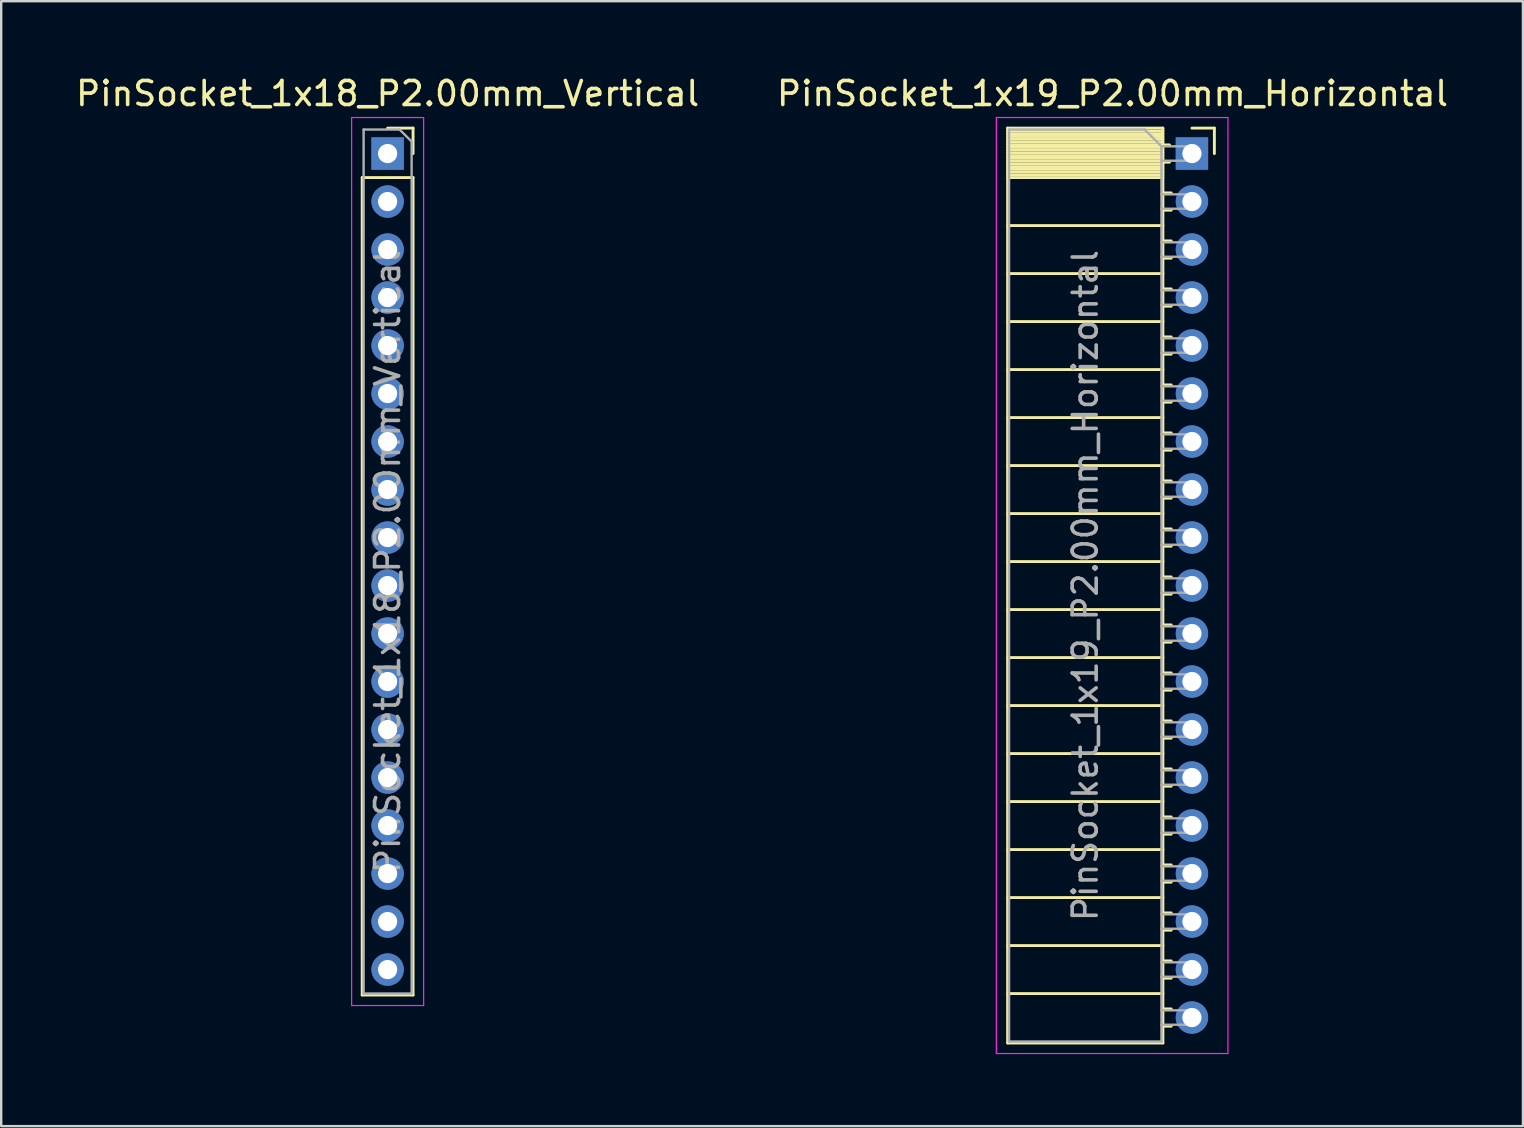
<source format=kicad_pcb>
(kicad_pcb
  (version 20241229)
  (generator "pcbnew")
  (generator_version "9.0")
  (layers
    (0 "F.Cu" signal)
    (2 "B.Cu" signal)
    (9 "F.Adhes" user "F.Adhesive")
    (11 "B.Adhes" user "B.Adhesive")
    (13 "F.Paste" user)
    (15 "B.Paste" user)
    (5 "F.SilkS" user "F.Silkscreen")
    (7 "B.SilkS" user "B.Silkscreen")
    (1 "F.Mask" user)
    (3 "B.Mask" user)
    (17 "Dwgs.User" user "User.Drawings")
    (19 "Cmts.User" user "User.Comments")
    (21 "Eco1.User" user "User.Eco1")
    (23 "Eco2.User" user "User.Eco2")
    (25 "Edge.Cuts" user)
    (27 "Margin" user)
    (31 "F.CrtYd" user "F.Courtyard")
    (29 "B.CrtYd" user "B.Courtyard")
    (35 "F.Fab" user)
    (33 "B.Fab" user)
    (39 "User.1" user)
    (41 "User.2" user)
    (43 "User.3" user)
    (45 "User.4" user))
  (footprint "PinSocket_1x18_P2.00mm_Vertical"
    (layer "F.Cu")
    (at 13.101 3.348)
    (property "Reference" "PinSocket_1x18_P2.00mm_Vertical" (at 0 -2.5 0) (layer "F.SilkS") (effects (font (size 1 1) (thickness 0.15))))
    (attr through_hole)
    (fp_line (start -1.06 1) (end -1.06 35.06) (stroke (width 0.12) (type solid)) (layer "F.SilkS"))
    (fp_line (start -1.06 1) (end 1.06 1) (stroke (width 0.12) (type solid)) (layer "F.SilkS"))
    (fp_line (start -1.06 35.06) (end 1.06 35.06) (stroke (width 0.12) (type solid)) (layer "F.SilkS"))
    (fp_line (start 0 -1.06) (end 1.06 -1.06) (stroke (width 0.12) (type solid)) (layer "F.SilkS"))
    (fp_line (start 1.06 -1.06) (end 1.06 0) (stroke (width 0.12) (type solid)) (layer "F.SilkS"))
    (fp_line (start 1.06 1) (end 1.06 35.06) (stroke (width 0.12) (type solid)) (layer "F.SilkS"))
    (fp_line (start -1.5 -1.5) (end 1.5 -1.5) (stroke (width 0.05) (type solid)) (layer "F.CrtYd"))
    (fp_line (start -1.5 35.5) (end -1.5 -1.5) (stroke (width 0.05) (type solid)) (layer "F.CrtYd"))
    (fp_line (start 1.5 -1.5) (end 1.5 35.5) (stroke (width 0.05) (type solid)) (layer "F.CrtYd"))
    (fp_line (start 1.5 35.5) (end -1.5 35.5) (stroke (width 0.05) (type solid)) (layer "F.CrtYd"))
    (fp_line (start -1 -1) (end 0.5 -1) (stroke (width 0.1) (type solid)) (layer "F.Fab"))
    (fp_line (start -1 35) (end -1 -1) (stroke (width 0.1) (type solid)) (layer "F.Fab"))
    (fp_line (start 0.5 -1) (end 1 -0.5) (stroke (width 0.1) (type solid)) (layer "F.Fab"))
    (fp_line (start 1 -0.5) (end 1 35) (stroke (width 0.1) (type solid)) (layer "F.Fab"))
    (fp_line (start 1 35) (end -1 35) (stroke (width 0.1) (type solid)) (layer "F.Fab"))
    (fp_text user "${REFERENCE}" (at 0 17 90) (layer "F.Fab") (effects (font (size 1 1) (thickness 0.15))))
    (pad "1" thru_hole rect (at 0 0) (size 1.35 1.35) (drill 0.8) (layers "*.Cu" "*.Mask"))
    (pad "2" thru_hole oval (at 0 2) (size 1.35 1.35) (drill 0.8) (layers "*.Cu" "*.Mask"))
    (pad "3" thru_hole oval (at 0 4) (size 1.35 1.35) (drill 0.8) (layers "*.Cu" "*.Mask"))
    (pad "4" thru_hole oval (at 0 6) (size 1.35 1.35) (drill 0.8) (layers "*.Cu" "*.Mask"))
    (pad "5" thru_hole oval (at 0 8) (size 1.35 1.35) (drill 0.8) (layers "*.Cu" "*.Mask"))
    (pad "6" thru_hole oval (at 0 10) (size 1.35 1.35) (drill 0.8) (layers "*.Cu" "*.Mask"))
    (pad "7" thru_hole oval (at 0 12) (size 1.35 1.35) (drill 0.8) (layers "*.Cu" "*.Mask"))
    (pad "8" thru_hole oval (at 0 14) (size 1.35 1.35) (drill 0.8) (layers "*.Cu" "*.Mask"))
    (pad "9" thru_hole oval (at 0 16) (size 1.35 1.35) (drill 0.8) (layers "*.Cu" "*.Mask"))
    (pad "10" thru_hole oval (at 0 18) (size 1.35 1.35) (drill 0.8) (layers "*.Cu" "*.Mask"))
    (pad "11" thru_hole oval (at 0 20) (size 1.35 1.35) (drill 0.8) (layers "*.Cu" "*.Mask"))
    (pad "12" thru_hole oval (at 0 22) (size 1.35 1.35) (drill 0.8) (layers "*.Cu" "*.Mask"))
    (pad "13" thru_hole oval (at 0 24) (size 1.35 1.35) (drill 0.8) (layers "*.Cu" "*.Mask"))
    (pad "14" thru_hole oval (at 0 26) (size 1.35 1.35) (drill 0.8) (layers "*.Cu" "*.Mask"))
    (pad "15" thru_hole oval (at 0 28) (size 1.35 1.35) (drill 0.8) (layers "*.Cu" "*.Mask"))
    (pad "16" thru_hole oval (at 0 30) (size 1.35 1.35) (drill 0.8) (layers "*.Cu" "*.Mask"))
    (pad "17" thru_hole oval (at 0 32) (size 1.35 1.35) (drill 0.8) (layers "*.Cu" "*.Mask"))
    (pad "18" thru_hole oval (at 0 34) (size 1.35 1.35) (drill 0.8) (layers "*.Cu" "*.Mask")))
  (footprint "PinSocket_1x19_P2.00mm_Horizontal"
    (layer "F.Cu")
    (at 46.614 3.348)
    (property "Reference" "PinSocket_1x19_P2.00mm_Horizontal" (at -3.31 -2.5 0) (layer "F.SilkS") (effects (font (size 1 1) (thickness 0.15))))
    (attr through_hole)
    (fp_line (start -7.68 -1.06) (end -7.68 37.06) (stroke (width 0.12) (type solid)) (layer "F.SilkS"))
    (fp_line (start -7.68 -1.06) (end -1.21 -1.06) (stroke (width 0.12) (type solid)) (layer "F.SilkS"))
    (fp_line (start -7.68 -0.94) (end -1.21 -0.94) (stroke (width 0.12) (type solid)) (layer "F.SilkS"))
    (fp_line (start -7.68 -0.826) (end -1.21 -0.826) (stroke (width 0.12) (type solid)) (layer "F.SilkS"))
    (fp_line (start -7.68 -0.712) (end -1.21 -0.712) (stroke (width 0.12) (type solid)) (layer "F.SilkS"))
    (fp_line (start -7.68 -0.598) (end -1.21 -0.598) (stroke (width 0.12) (type solid)) (layer "F.SilkS"))
    (fp_line (start -7.68 -0.484) (end -1.21 -0.484) (stroke (width 0.12) (type solid)) (layer "F.SilkS"))
    (fp_line (start -7.68 -0.369) (end -1.21 -0.369) (stroke (width 0.12) (type solid)) (layer "F.SilkS"))
    (fp_line (start -7.68 -0.255) (end -1.21 -0.255) (stroke (width 0.12) (type solid)) (layer "F.SilkS"))
    (fp_line (start -7.68 -0.141) (end -1.21 -0.141) (stroke (width 0.12) (type solid)) (layer "F.SilkS"))
    (fp_line (start -7.68 -0.027) (end -1.21 -0.027) (stroke (width 0.12) (type solid)) (layer "F.SilkS"))
    (fp_line (start -7.68 0.087) (end -1.21 0.087) (stroke (width 0.12) (type solid)) (layer "F.SilkS"))
    (fp_line (start -7.68 0.201) (end -1.21 0.201) (stroke (width 0.12) (type solid)) (layer "F.SilkS"))
    (fp_line (start -7.68 0.315) (end -1.21 0.315) (stroke (width 0.12) (type solid)) (layer "F.SilkS"))
    (fp_line (start -7.68 0.429) (end -1.21 0.429) (stroke (width 0.12) (type solid)) (layer "F.SilkS"))
    (fp_line (start -7.68 0.544) (end -1.21 0.544) (stroke (width 0.12) (type solid)) (layer "F.SilkS"))
    (fp_line (start -7.68 0.658) (end -1.21 0.658) (stroke (width 0.12) (type solid)) (layer "F.SilkS"))
    (fp_line (start -7.68 0.772) (end -1.21 0.772) (stroke (width 0.12) (type solid)) (layer "F.SilkS"))
    (fp_line (start -7.68 0.886) (end -1.21 0.886) (stroke (width 0.12) (type solid)) (layer "F.SilkS"))
    (fp_line (start -7.68 1) (end -1.21 1) (stroke (width 0.12) (type solid)) (layer "F.SilkS"))
    (fp_line (start -7.68 3) (end -1.21 3) (stroke (width 0.12) (type solid)) (layer "F.SilkS"))
    (fp_line (start -7.68 5) (end -1.21 5) (stroke (width 0.12) (type solid)) (layer "F.SilkS"))
    (fp_line (start -7.68 7) (end -1.21 7) (stroke (width 0.12) (type solid)) (layer "F.SilkS"))
    (fp_line (start -7.68 9) (end -1.21 9) (stroke (width 0.12) (type solid)) (layer "F.SilkS"))
    (fp_line (start -7.68 11) (end -1.21 11) (stroke (width 0.12) (type solid)) (layer "F.SilkS"))
    (fp_line (start -7.68 13) (end -1.21 13) (stroke (width 0.12) (type solid)) (layer "F.SilkS"))
    (fp_line (start -7.68 15) (end -1.21 15) (stroke (width 0.12) (type solid)) (layer "F.SilkS"))
    (fp_line (start -7.68 17) (end -1.21 17) (stroke (width 0.12) (type solid)) (layer "F.SilkS"))
    (fp_line (start -7.68 19) (end -1.21 19) (stroke (width 0.12) (type solid)) (layer "F.SilkS"))
    (fp_line (start -7.68 21) (end -1.21 21) (stroke (width 0.12) (type solid)) (layer "F.SilkS"))
    (fp_line (start -7.68 23) (end -1.21 23) (stroke (width 0.12) (type solid)) (layer "F.SilkS"))
    (fp_line (start -7.68 25) (end -1.21 25) (stroke (width 0.12) (type solid)) (layer "F.SilkS"))
    (fp_line (start -7.68 27) (end -1.21 27) (stroke (width 0.12) (type solid)) (layer "F.SilkS"))
    (fp_line (start -7.68 29) (end -1.21 29) (stroke (width 0.12) (type solid)) (layer "F.SilkS"))
    (fp_line (start -7.68 31) (end -1.21 31) (stroke (width 0.12) (type solid)) (layer "F.SilkS"))
    (fp_line (start -7.68 33) (end -1.21 33) (stroke (width 0.12) (type solid)) (layer "F.SilkS"))
    (fp_line (start -7.68 35) (end -1.21 35) (stroke (width 0.12) (type solid)) (layer "F.SilkS"))
    (fp_line (start -7.68 37.06) (end -1.21 37.06) (stroke (width 0.12) (type solid)) (layer "F.SilkS"))
    (fp_line (start -1.21 -1.06) (end -1.21 37.06) (stroke (width 0.12) (type solid)) (layer "F.SilkS"))
    (fp_line (start -1.21 -0.36) (end -0.935 -0.36) (stroke (width 0.12) (type solid)) (layer "F.SilkS"))
    (fp_line (start -1.21 0.36) (end -0.935 0.36) (stroke (width 0.12) (type solid)) (layer "F.SilkS"))
    (fp_line (start -1.21 1.64) (end -0.863 1.64) (stroke (width 0.12) (type solid)) (layer "F.SilkS"))
    (fp_line (start -1.21 2.36) (end -0.863 2.36) (stroke (width 0.12) (type solid)) (layer "F.SilkS"))
    (fp_line (start -1.21 3.64) (end -0.863 3.64) (stroke (width 0.12) (type solid)) (layer "F.SilkS"))
    (fp_line (start -1.21 4.36) (end -0.863 4.36) (stroke (width 0.12) (type solid)) (layer "F.SilkS"))
    (fp_line (start -1.21 5.64) (end -0.863 5.64) (stroke (width 0.12) (type solid)) (layer "F.SilkS"))
    (fp_line (start -1.21 6.36) (end -0.863 6.36) (stroke (width 0.12) (type solid)) (layer "F.SilkS"))
    (fp_line (start -1.21 7.64) (end -0.863 7.64) (stroke (width 0.12) (type solid)) (layer "F.SilkS"))
    (fp_line (start -1.21 8.36) (end -0.863 8.36) (stroke (width 0.12) (type solid)) (layer "F.SilkS"))
    (fp_line (start -1.21 9.64) (end -0.863 9.64) (stroke (width 0.12) (type solid)) (layer "F.SilkS"))
    (fp_line (start -1.21 10.36) (end -0.863 10.36) (stroke (width 0.12) (type solid)) (layer "F.SilkS"))
    (fp_line (start -1.21 11.64) (end -0.863 11.64) (stroke (width 0.12) (type solid)) (layer "F.SilkS"))
    (fp_line (start -1.21 12.36) (end -0.863 12.36) (stroke (width 0.12) (type solid)) (layer "F.SilkS"))
    (fp_line (start -1.21 13.64) (end -0.863 13.64) (stroke (width 0.12) (type solid)) (layer "F.SilkS"))
    (fp_line (start -1.21 14.36) (end -0.863 14.36) (stroke (width 0.12) (type solid)) (layer "F.SilkS"))
    (fp_line (start -1.21 15.64) (end -0.863 15.64) (stroke (width 0.12) (type solid)) (layer "F.SilkS"))
    (fp_line (start -1.21 16.36) (end -0.863 16.36) (stroke (width 0.12) (type solid)) (layer "F.SilkS"))
    (fp_line (start -1.21 17.64) (end -0.863 17.64) (stroke (width 0.12) (type solid)) (layer "F.SilkS"))
    (fp_line (start -1.21 18.36) (end -0.863 18.36) (stroke (width 0.12) (type solid)) (layer "F.SilkS"))
    (fp_line (start -1.21 19.64) (end -0.863 19.64) (stroke (width 0.12) (type solid)) (layer "F.SilkS"))
    (fp_line (start -1.21 20.36) (end -0.863 20.36) (stroke (width 0.12) (type solid)) (layer "F.SilkS"))
    (fp_line (start -1.21 21.64) (end -0.863 21.64) (stroke (width 0.12) (type solid)) (layer "F.SilkS"))
    (fp_line (start -1.21 22.36) (end -0.863 22.36) (stroke (width 0.12) (type solid)) (layer "F.SilkS"))
    (fp_line (start -1.21 23.64) (end -0.863 23.64) (stroke (width 0.12) (type solid)) (layer "F.SilkS"))
    (fp_line (start -1.21 24.36) (end -0.863 24.36) (stroke (width 0.12) (type solid)) (layer "F.SilkS"))
    (fp_line (start -1.21 25.64) (end -0.863 25.64) (stroke (width 0.12) (type solid)) (layer "F.SilkS"))
    (fp_line (start -1.21 26.36) (end -0.863 26.36) (stroke (width 0.12) (type solid)) (layer "F.SilkS"))
    (fp_line (start -1.21 27.64) (end -0.863 27.64) (stroke (width 0.12) (type solid)) (layer "F.SilkS"))
    (fp_line (start -1.21 28.36) (end -0.863 28.36) (stroke (width 0.12) (type solid)) (layer "F.SilkS"))
    (fp_line (start -1.21 29.64) (end -0.863 29.64) (stroke (width 0.12) (type solid)) (layer "F.SilkS"))
    (fp_line (start -1.21 30.36) (end -0.863 30.36) (stroke (width 0.12) (type solid)) (layer "F.SilkS"))
    (fp_line (start -1.21 31.64) (end -0.863 31.64) (stroke (width 0.12) (type solid)) (layer "F.SilkS"))
    (fp_line (start -1.21 32.36) (end -0.863 32.36) (stroke (width 0.12) (type solid)) (layer "F.SilkS"))
    (fp_line (start -1.21 33.64) (end -0.863 33.64) (stroke (width 0.12) (type solid)) (layer "F.SilkS"))
    (fp_line (start -1.21 34.36) (end -0.863 34.36) (stroke (width 0.12) (type solid)) (layer "F.SilkS"))
    (fp_line (start -1.21 35.64) (end -0.863 35.64) (stroke (width 0.12) (type solid)) (layer "F.SilkS"))
    (fp_line (start -1.21 36.36) (end -0.863 36.36) (stroke (width 0.12) (type solid)) (layer "F.SilkS"))
    (fp_line (start 0 -1.06) (end 0.935 -1.06) (stroke (width 0.12) (type solid)) (layer "F.SilkS"))
    (fp_line (start 0.935 -1.06) (end 0.935 0) (stroke (width 0.12) (type solid)) (layer "F.SilkS"))
    (fp_line (start -8.15 -1.5) (end -8.15 37.5) (stroke (width 0.05) (type solid)) (layer "F.CrtYd"))
    (fp_line (start -8.15 37.5) (end 1.5 37.5) (stroke (width 0.05) (type solid)) (layer "F.CrtYd"))
    (fp_line (start 1.5 -1.5) (end -8.15 -1.5) (stroke (width 0.05) (type solid)) (layer "F.CrtYd"))
    (fp_line (start 1.5 37.5) (end 1.5 -1.5) (stroke (width 0.05) (type solid)) (layer "F.CrtYd"))
    (fp_line (start -7.62 -1) (end -1.97 -1) (stroke (width 0.1) (type solid)) (layer "F.Fab"))
    (fp_line (start -7.62 37) (end -7.62 -1) (stroke (width 0.1) (type solid)) (layer "F.Fab"))
    (fp_line (start -1.97 -1) (end -1.27 -0.3) (stroke (width 0.1) (type solid)) (layer "F.Fab"))
    (fp_line (start -1.27 -0.3) (end -1.27 37) (stroke (width 0.1) (type solid)) (layer "F.Fab"))
    (fp_line (start -1.27 0.3) (end 0 0.3) (stroke (width 0.1) (type solid)) (layer "F.Fab"))
    (fp_line (start -1.27 2.3) (end 0 2.3) (stroke (width 0.1) (type solid)) (layer "F.Fab"))
    (fp_line (start -1.27 4.3) (end 0 4.3) (stroke (width 0.1) (type solid)) (layer "F.Fab"))
    (fp_line (start -1.27 6.3) (end 0 6.3) (stroke (width 0.1) (type solid)) (layer "F.Fab"))
    (fp_line (start -1.27 8.3) (end 0 8.3) (stroke (width 0.1) (type solid)) (layer "F.Fab"))
    (fp_line (start -1.27 10.3) (end 0 10.3) (stroke (width 0.1) (type solid)) (layer "F.Fab"))
    (fp_line (start -1.27 12.3) (end 0 12.3) (stroke (width 0.1) (type solid)) (layer "F.Fab"))
    (fp_line (start -1.27 14.3) (end 0 14.3) (stroke (width 0.1) (type solid)) (layer "F.Fab"))
    (fp_line (start -1.27 16.3) (end 0 16.3) (stroke (width 0.1) (type solid)) (layer "F.Fab"))
    (fp_line (start -1.27 18.3) (end 0 18.3) (stroke (width 0.1) (type solid)) (layer "F.Fab"))
    (fp_line (start -1.27 20.3) (end 0 20.3) (stroke (width 0.1) (type solid)) (layer "F.Fab"))
    (fp_line (start -1.27 22.3) (end 0 22.3) (stroke (width 0.1) (type solid)) (layer "F.Fab"))
    (fp_line (start -1.27 24.3) (end 0 24.3) (stroke (width 0.1) (type solid)) (layer "F.Fab"))
    (fp_line (start -1.27 26.3) (end 0 26.3) (stroke (width 0.1) (type solid)) (layer "F.Fab"))
    (fp_line (start -1.27 28.3) (end 0 28.3) (stroke (width 0.1) (type solid)) (layer "F.Fab"))
    (fp_line (start -1.27 30.3) (end 0 30.3) (stroke (width 0.1) (type solid)) (layer "F.Fab"))
    (fp_line (start -1.27 32.3) (end 0 32.3) (stroke (width 0.1) (type solid)) (layer "F.Fab"))
    (fp_line (start -1.27 34.3) (end 0 34.3) (stroke (width 0.1) (type solid)) (layer "F.Fab"))
    (fp_line (start -1.27 36.3) (end 0 36.3) (stroke (width 0.1) (type solid)) (layer "F.Fab"))
    (fp_line (start -1.27 37) (end -7.62 37) (stroke (width 0.1) (type solid)) (layer "F.Fab"))
    (fp_line (start 0 -0.3) (end -1.27 -0.3) (stroke (width 0.1) (type solid)) (layer "F.Fab"))
    (fp_line (start 0 0.3) (end 0 -0.3) (stroke (width 0.1) (type solid)) (layer "F.Fab"))
    (fp_line (start 0 1.7) (end -1.27 1.7) (stroke (width 0.1) (type solid)) (layer "F.Fab"))
    (fp_line (start 0 2.3) (end 0 1.7) (stroke (width 0.1) (type solid)) (layer "F.Fab"))
    (fp_line (start 0 3.7) (end -1.27 3.7) (stroke (width 0.1) (type solid)) (layer "F.Fab"))
    (fp_line (start 0 4.3) (end 0 3.7) (stroke (width 0.1) (type solid)) (layer "F.Fab"))
    (fp_line (start 0 5.7) (end -1.27 5.7) (stroke (width 0.1) (type solid)) (layer "F.Fab"))
    (fp_line (start 0 6.3) (end 0 5.7) (stroke (width 0.1) (type solid)) (layer "F.Fab"))
    (fp_line (start 0 7.7) (end -1.27 7.7) (stroke (width 0.1) (type solid)) (layer "F.Fab"))
    (fp_line (start 0 8.3) (end 0 7.7) (stroke (width 0.1) (type solid)) (layer "F.Fab"))
    (fp_line (start 0 9.7) (end -1.27 9.7) (stroke (width 0.1) (type solid)) (layer "F.Fab"))
    (fp_line (start 0 10.3) (end 0 9.7) (stroke (width 0.1) (type solid)) (layer "F.Fab"))
    (fp_line (start 0 11.7) (end -1.27 11.7) (stroke (width 0.1) (type solid)) (layer "F.Fab"))
    (fp_line (start 0 12.3) (end 0 11.7) (stroke (width 0.1) (type solid)) (layer "F.Fab"))
    (fp_line (start 0 13.7) (end -1.27 13.7) (stroke (width 0.1) (type solid)) (layer "F.Fab"))
    (fp_line (start 0 14.3) (end 0 13.7) (stroke (width 0.1) (type solid)) (layer "F.Fab"))
    (fp_line (start 0 15.7) (end -1.27 15.7) (stroke (width 0.1) (type solid)) (layer "F.Fab"))
    (fp_line (start 0 16.3) (end 0 15.7) (stroke (width 0.1) (type solid)) (layer "F.Fab"))
    (fp_line (start 0 17.7) (end -1.27 17.7) (stroke (width 0.1) (type solid)) (layer "F.Fab"))
    (fp_line (start 0 18.3) (end 0 17.7) (stroke (width 0.1) (type solid)) (layer "F.Fab"))
    (fp_line (start 0 19.7) (end -1.27 19.7) (stroke (width 0.1) (type solid)) (layer "F.Fab"))
    (fp_line (start 0 20.3) (end 0 19.7) (stroke (width 0.1) (type solid)) (layer "F.Fab"))
    (fp_line (start 0 21.7) (end -1.27 21.7) (stroke (width 0.1) (type solid)) (layer "F.Fab"))
    (fp_line (start 0 22.3) (end 0 21.7) (stroke (width 0.1) (type solid)) (layer "F.Fab"))
    (fp_line (start 0 23.7) (end -1.27 23.7) (stroke (width 0.1) (type solid)) (layer "F.Fab"))
    (fp_line (start 0 24.3) (end 0 23.7) (stroke (width 0.1) (type solid)) (layer "F.Fab"))
    (fp_line (start 0 25.7) (end -1.27 25.7) (stroke (width 0.1) (type solid)) (layer "F.Fab"))
    (fp_line (start 0 26.3) (end 0 25.7) (stroke (width 0.1) (type solid)) (layer "F.Fab"))
    (fp_line (start 0 27.7) (end -1.27 27.7) (stroke (width 0.1) (type solid)) (layer "F.Fab"))
    (fp_line (start 0 28.3) (end 0 27.7) (stroke (width 0.1) (type solid)) (layer "F.Fab"))
    (fp_line (start 0 29.7) (end -1.27 29.7) (stroke (width 0.1) (type solid)) (layer "F.Fab"))
    (fp_line (start 0 30.3) (end 0 29.7) (stroke (width 0.1) (type solid)) (layer "F.Fab"))
    (fp_line (start 0 31.7) (end -1.27 31.7) (stroke (width 0.1) (type solid)) (layer "F.Fab"))
    (fp_line (start 0 32.3) (end 0 31.7) (stroke (width 0.1) (type solid)) (layer "F.Fab"))
    (fp_line (start 0 33.7) (end -1.27 33.7) (stroke (width 0.1) (type solid)) (layer "F.Fab"))
    (fp_line (start 0 34.3) (end 0 33.7) (stroke (width 0.1) (type solid)) (layer "F.Fab"))
    (fp_line (start 0 35.7) (end -1.27 35.7) (stroke (width 0.1) (type solid)) (layer "F.Fab"))
    (fp_line (start 0 36.3) (end 0 35.7) (stroke (width 0.1) (type solid)) (layer "F.Fab"))
    (fp_text user "${REFERENCE}" (at -4.445 18 90) (layer "F.Fab") (effects (font (size 1 1) (thickness 0.15))))
    (pad "1" thru_hole rect (at 0 0) (size 1.35 1.35) (drill 0.8) (layers "*.Cu" "*.Mask"))
    (pad "2" thru_hole oval (at 0 2) (size 1.35 1.35) (drill 0.8) (layers "*.Cu" "*.Mask"))
    (pad "3" thru_hole oval (at 0 4) (size 1.35 1.35) (drill 0.8) (layers "*.Cu" "*.Mask"))
    (pad "4" thru_hole oval (at 0 6) (size 1.35 1.35) (drill 0.8) (layers "*.Cu" "*.Mask"))
    (pad "5" thru_hole oval (at 0 8) (size 1.35 1.35) (drill 0.8) (layers "*.Cu" "*.Mask"))
    (pad "6" thru_hole oval (at 0 10) (size 1.35 1.35) (drill 0.8) (layers "*.Cu" "*.Mask"))
    (pad "7" thru_hole oval (at 0 12) (size 1.35 1.35) (drill 0.8) (layers "*.Cu" "*.Mask"))
    (pad "8" thru_hole oval (at 0 14) (size 1.35 1.35) (drill 0.8) (layers "*.Cu" "*.Mask"))
    (pad "9" thru_hole oval (at 0 16) (size 1.35 1.35) (drill 0.8) (layers "*.Cu" "*.Mask"))
    (pad "10" thru_hole oval (at 0 18) (size 1.35 1.35) (drill 0.8) (layers "*.Cu" "*.Mask"))
    (pad "11" thru_hole oval (at 0 20) (size 1.35 1.35) (drill 0.8) (layers "*.Cu" "*.Mask"))
    (pad "12" thru_hole oval (at 0 22) (size 1.35 1.35) (drill 0.8) (layers "*.Cu" "*.Mask"))
    (pad "13" thru_hole oval (at 0 24) (size 1.35 1.35) (drill 0.8) (layers "*.Cu" "*.Mask"))
    (pad "14" thru_hole oval (at 0 26) (size 1.35 1.35) (drill 0.8) (layers "*.Cu" "*.Mask"))
    (pad "15" thru_hole oval (at 0 28) (size 1.35 1.35) (drill 0.8) (layers "*.Cu" "*.Mask"))
    (pad "16" thru_hole oval (at 0 30) (size 1.35 1.35) (drill 0.8) (layers "*.Cu" "*.Mask"))
    (pad "17" thru_hole oval (at 0 32) (size 1.35 1.35) (drill 0.8) (layers "*.Cu" "*.Mask"))
    (pad "18" thru_hole oval (at 0 34) (size 1.35 1.35) (drill 0.8) (layers "*.Cu" "*.Mask"))
    (pad "19" thru_hole oval (at 0 36) (size 1.35 1.35) (drill 0.8) (layers "*.Cu" "*.Mask")))
  (gr_rect
    (start -3 -3)
    (end 60.405 43.873)
    (stroke (width 0.1) (type default))
    (fill no)
    (layer "Edge.Cuts")))
</source>
